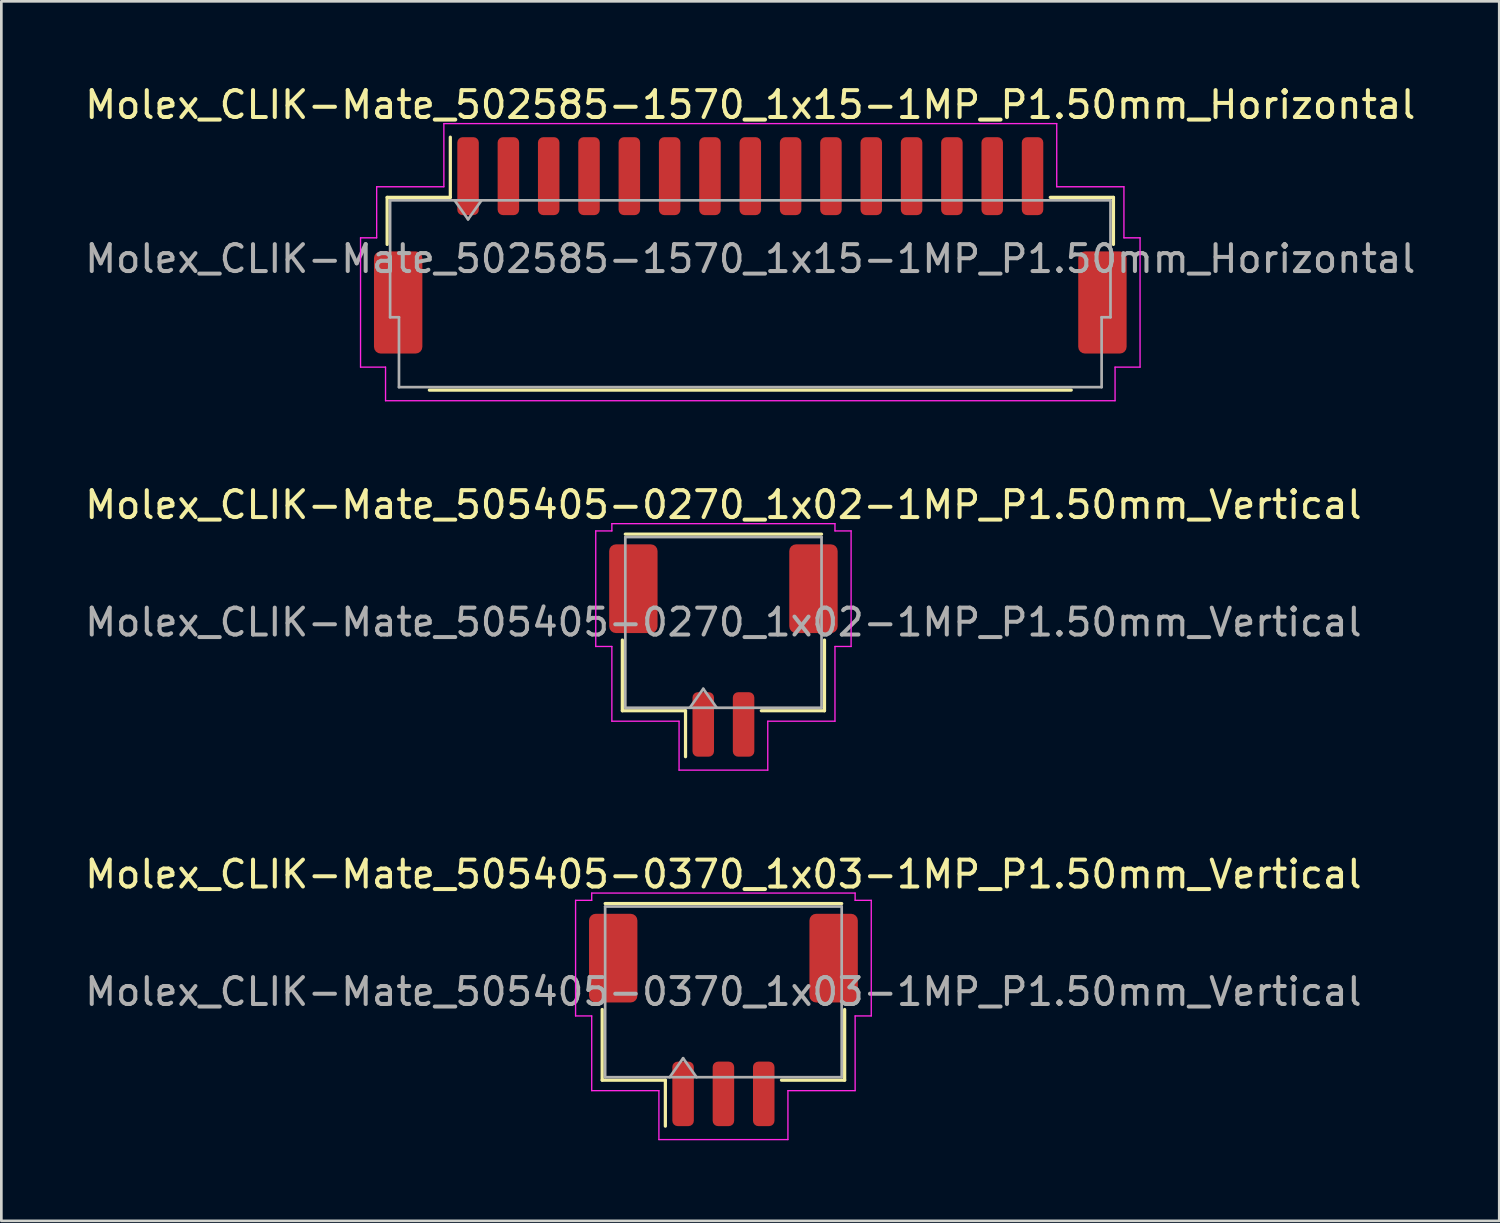
<source format=kicad_pcb>
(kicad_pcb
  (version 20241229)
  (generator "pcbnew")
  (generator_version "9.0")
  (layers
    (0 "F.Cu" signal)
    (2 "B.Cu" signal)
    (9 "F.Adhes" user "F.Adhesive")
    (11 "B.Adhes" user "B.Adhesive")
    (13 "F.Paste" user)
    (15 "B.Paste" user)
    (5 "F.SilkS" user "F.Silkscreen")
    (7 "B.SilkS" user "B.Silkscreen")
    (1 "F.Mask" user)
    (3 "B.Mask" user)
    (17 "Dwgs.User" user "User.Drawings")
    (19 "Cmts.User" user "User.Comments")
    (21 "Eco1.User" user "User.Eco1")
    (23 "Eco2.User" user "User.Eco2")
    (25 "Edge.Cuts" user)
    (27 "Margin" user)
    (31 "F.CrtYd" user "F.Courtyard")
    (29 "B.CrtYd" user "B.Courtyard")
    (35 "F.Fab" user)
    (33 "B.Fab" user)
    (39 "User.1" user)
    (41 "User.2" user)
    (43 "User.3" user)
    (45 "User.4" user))
  (footprint "Molex_CLIK-Mate_505405-0370_1x03-1MP_P1.50mm_Vertical"
    (layer "F.Cu")
    (at 23.863 34.895)
    (property "Reference" "Molex_CLIK-Mate_505405-0370_1x03-1MP_P1.50mm_Vertical" (at 0 -5.42 0) (layer "F.SilkS") (effects (font (size 1 1) (thickness 0.15))))
    (attr smd)
    (fp_line (start -4.51 -0.39) (end -4.51 2.24) (stroke (width 0.12) (type solid)) (layer "F.SilkS"))
    (fp_line (start -4.51 2.24) (end -2.16 2.24) (stroke (width 0.12) (type solid)) (layer "F.SilkS"))
    (fp_line (start -4.4 -4.33) (end 4.4 -4.33) (stroke (width 0.12) (type solid)) (layer "F.SilkS"))
    (fp_line (start -2.16 2.24) (end -2.16 3.95) (stroke (width 0.12) (type solid)) (layer "F.SilkS"))
    (fp_line (start 4.51 -0.39) (end 4.51 2.24) (stroke (width 0.12) (type solid)) (layer "F.SilkS"))
    (fp_line (start 4.51 2.24) (end 2.16 2.24) (stroke (width 0.12) (type solid)) (layer "F.SilkS"))
    (fp_line (start -5.5 -4.45) (end -4.9 -4.45) (stroke (width 0.05) (type solid)) (layer "F.CrtYd"))
    (fp_line (start -5.5 -0.15) (end -5.5 -4.45) (stroke (width 0.05) (type solid)) (layer "F.CrtYd"))
    (fp_line (start -4.9 -4.72) (end 4.9 -4.72) (stroke (width 0.05) (type solid)) (layer "F.CrtYd"))
    (fp_line (start -4.9 -4.45) (end -4.9 -4.72) (stroke (width 0.05) (type solid)) (layer "F.CrtYd"))
    (fp_line (start -4.9 -0.15) (end -5.5 -0.15) (stroke (width 0.05) (type solid)) (layer "F.CrtYd"))
    (fp_line (start -4.9 2.63) (end -4.9 -0.15) (stroke (width 0.05) (type solid)) (layer "F.CrtYd"))
    (fp_line (start -2.4 2.63) (end -4.9 2.63) (stroke (width 0.05) (type solid)) (layer "F.CrtYd"))
    (fp_line (start -2.4 4.45) (end -2.4 2.63) (stroke (width 0.05) (type solid)) (layer "F.CrtYd"))
    (fp_line (start 2.4 2.63) (end 2.4 4.45) (stroke (width 0.05) (type solid)) (layer "F.CrtYd"))
    (fp_line (start 2.4 4.45) (end -2.4 4.45) (stroke (width 0.05) (type solid)) (layer "F.CrtYd"))
    (fp_line (start 4.9 -4.72) (end 4.9 -4.45) (stroke (width 0.05) (type solid)) (layer "F.CrtYd"))
    (fp_line (start 4.9 -4.45) (end 5.5 -4.45) (stroke (width 0.05) (type solid)) (layer "F.CrtYd"))
    (fp_line (start 4.9 -0.15) (end 4.9 2.63) (stroke (width 0.05) (type solid)) (layer "F.CrtYd"))
    (fp_line (start 4.9 2.63) (end 2.4 2.63) (stroke (width 0.05) (type solid)) (layer "F.CrtYd"))
    (fp_line (start 5.5 -4.45) (end 5.5 -0.15) (stroke (width 0.05) (type solid)) (layer "F.CrtYd"))
    (fp_line (start 5.5 -0.15) (end 4.9 -0.15) (stroke (width 0.05) (type solid)) (layer "F.CrtYd"))
    (fp_line (start -4.4 -4.22) (end 4.4 -4.22) (stroke (width 0.1) (type solid)) (layer "F.Fab"))
    (fp_line (start -4.4 2.13) (end -4.4 -4.22) (stroke (width 0.1) (type solid)) (layer "F.Fab"))
    (fp_line (start -4.4 2.13) (end 4.4 2.13) (stroke (width 0.1) (type solid)) (layer "F.Fab"))
    (fp_line (start -2 2.13) (end -1.5 1.423) (stroke (width 0.1) (type solid)) (layer "F.Fab"))
    (fp_line (start -1.5 1.423) (end -1 2.13) (stroke (width 0.1) (type solid)) (layer "F.Fab"))
    (fp_line (start 4.4 2.13) (end 4.4 -4.22) (stroke (width 0.1) (type solid)) (layer "F.Fab"))
    (fp_text user "${REFERENCE}" (at 0 -1.05 0) (layer "F.Fab") (effects (font (size 1 1) (thickness 0.15))))
    (pad "1" smd roundrect (at -1.5 2.75) (size 0.8 2.4) (layers "F.Cu" "F.Mask" "F.Paste") (roundrect_rratio 0.25))
    (pad "2" smd roundrect (at 0 2.75) (size 0.8 2.4) (layers "F.Cu" "F.Mask" "F.Paste") (roundrect_rratio 0.25))
    (pad "3" smd roundrect (at 1.5 2.75) (size 0.8 2.4) (layers "F.Cu" "F.Mask" "F.Paste") (roundrect_rratio 0.25))
    (pad "MP" smd roundrect (at -4.1 -2.3) (size 1.8 3.3) (layers "F.Cu" "F.Mask" "F.Paste") (roundrect_rratio 0.139))
    (pad "MP" smd roundrect (at 4.1 -2.3) (size 1.8 3.3) (layers "F.Cu" "F.Mask" "F.Paste") (roundrect_rratio 0.139)))
  (footprint "Molex_CLIK-Mate_502585-1570_1x15-1MP_P1.50mm_Horizontal"
    (layer "F.Cu")
    (at 24.863 6.078)
    (property "Reference" "Molex_CLIK-Mate_502585-1570_1x15-1MP_P1.50mm_Horizontal" (at 0 -5.23 0) (layer "F.SilkS") (effects (font (size 1 1) (thickness 0.15))))
    (attr smd)
    (fp_line (start -13.51 -1.785) (end -11.16 -1.785) (stroke (width 0.12) (type solid)) (layer "F.SilkS"))
    (fp_line (start -13.51 -0.035) (end -13.51 -1.785) (stroke (width 0.12) (type solid)) (layer "F.SilkS"))
    (fp_line (start -11.94 5.385) (end 11.94 5.385) (stroke (width 0.12) (type solid)) (layer "F.SilkS"))
    (fp_line (start -11.16 -1.785) (end -11.16 -4.025) (stroke (width 0.12) (type solid)) (layer "F.SilkS"))
    (fp_line (start 13.51 -1.785) (end 11.16 -1.785) (stroke (width 0.12) (type solid)) (layer "F.SilkS"))
    (fp_line (start 13.51 -0.035) (end 13.51 -1.785) (stroke (width 0.12) (type solid)) (layer "F.SilkS"))
    (fp_line (start -14.5 -0.28) (end -13.9 -0.28) (stroke (width 0.05) (type solid)) (layer "F.CrtYd"))
    (fp_line (start -14.5 4.53) (end -14.5 -0.28) (stroke (width 0.05) (type solid)) (layer "F.CrtYd"))
    (fp_line (start -13.9 -2.18) (end -11.4 -2.18) (stroke (width 0.05) (type solid)) (layer "F.CrtYd"))
    (fp_line (start -13.9 -0.28) (end -13.9 -2.18) (stroke (width 0.05) (type solid)) (layer "F.CrtYd"))
    (fp_line (start -13.57 4.53) (end -14.5 4.53) (stroke (width 0.05) (type solid)) (layer "F.CrtYd"))
    (fp_line (start -13.57 5.78) (end -13.57 4.53) (stroke (width 0.05) (type solid)) (layer "F.CrtYd"))
    (fp_line (start -11.4 -4.53) (end 11.4 -4.53) (stroke (width 0.05) (type solid)) (layer "F.CrtYd"))
    (fp_line (start -11.4 -2.18) (end -11.4 -4.53) (stroke (width 0.05) (type solid)) (layer "F.CrtYd"))
    (fp_line (start 11.4 -4.53) (end 11.4 -2.18) (stroke (width 0.05) (type solid)) (layer "F.CrtYd"))
    (fp_line (start 11.4 -2.18) (end 13.9 -2.18) (stroke (width 0.05) (type solid)) (layer "F.CrtYd"))
    (fp_line (start 13.57 4.53) (end 13.57 5.78) (stroke (width 0.05) (type solid)) (layer "F.CrtYd"))
    (fp_line (start 13.57 5.78) (end -13.57 5.78) (stroke (width 0.05) (type solid)) (layer "F.CrtYd"))
    (fp_line (start 13.9 -2.18) (end 13.9 -0.28) (stroke (width 0.05) (type solid)) (layer "F.CrtYd"))
    (fp_line (start 13.9 -0.28) (end 14.5 -0.28) (stroke (width 0.05) (type solid)) (layer "F.CrtYd"))
    (fp_line (start 14.5 -0.28) (end 14.5 4.53) (stroke (width 0.05) (type solid)) (layer "F.CrtYd"))
    (fp_line (start 14.5 4.53) (end 13.57 4.53) (stroke (width 0.05) (type solid)) (layer "F.CrtYd"))
    (fp_line (start -13.4 -1.675) (end -13.4 2.675) (stroke (width 0.1) (type solid)) (layer "F.Fab"))
    (fp_line (start -13.4 -1.675) (end 13.4 -1.675) (stroke (width 0.1) (type solid)) (layer "F.Fab"))
    (fp_line (start -13.4 2.675) (end -13.07 2.675) (stroke (width 0.1) (type solid)) (layer "F.Fab"))
    (fp_line (start -13.07 2.675) (end -13.07 5.275) (stroke (width 0.1) (type solid)) (layer "F.Fab"))
    (fp_line (start -13.07 5.275) (end 13.07 5.275) (stroke (width 0.1) (type solid)) (layer "F.Fab"))
    (fp_line (start -11 -1.675) (end -10.5 -0.968) (stroke (width 0.1) (type solid)) (layer "F.Fab"))
    (fp_line (start -10.5 -0.968) (end -10 -1.675) (stroke (width 0.1) (type solid)) (layer "F.Fab"))
    (fp_line (start 13.07 2.675) (end 13.4 2.675) (stroke (width 0.1) (type solid)) (layer "F.Fab"))
    (fp_line (start 13.07 5.275) (end 13.07 2.675) (stroke (width 0.1) (type solid)) (layer "F.Fab"))
    (fp_line (start 13.4 -1.675) (end 13.4 2.675) (stroke (width 0.1) (type solid)) (layer "F.Fab"))
    (fp_text user "${REFERENCE}" (at 0 0.5 0) (layer "F.Fab") (effects (font (size 1 1) (thickness 0.15))))
    (pad "1" smd roundrect (at -10.5 -2.575) (size 0.8 2.9) (layers "F.Cu" "F.Mask" "F.Paste") (roundrect_rratio 0.25))
    (pad "2" smd roundrect (at -9 -2.575) (size 0.8 2.9) (layers "F.Cu" "F.Mask" "F.Paste") (roundrect_rratio 0.25))
    (pad "3" smd roundrect (at -7.5 -2.575) (size 0.8 2.9) (layers "F.Cu" "F.Mask" "F.Paste") (roundrect_rratio 0.25))
    (pad "4" smd roundrect (at -6 -2.575) (size 0.8 2.9) (layers "F.Cu" "F.Mask" "F.Paste") (roundrect_rratio 0.25))
    (pad "5" smd roundrect (at -4.5 -2.575) (size 0.8 2.9) (layers "F.Cu" "F.Mask" "F.Paste") (roundrect_rratio 0.25))
    (pad "6" smd roundrect (at -3 -2.575) (size 0.8 2.9) (layers "F.Cu" "F.Mask" "F.Paste") (roundrect_rratio 0.25))
    (pad "7" smd roundrect (at -1.5 -2.575) (size 0.8 2.9) (layers "F.Cu" "F.Mask" "F.Paste") (roundrect_rratio 0.25))
    (pad "8" smd roundrect (at 0 -2.575) (size 0.8 2.9) (layers "F.Cu" "F.Mask" "F.Paste") (roundrect_rratio 0.25))
    (pad "9" smd roundrect (at 1.5 -2.575) (size 0.8 2.9) (layers "F.Cu" "F.Mask" "F.Paste") (roundrect_rratio 0.25))
    (pad "10" smd roundrect (at 3 -2.575) (size 0.8 2.9) (layers "F.Cu" "F.Mask" "F.Paste") (roundrect_rratio 0.25))
    (pad "11" smd roundrect (at 4.5 -2.575) (size 0.8 2.9) (layers "F.Cu" "F.Mask" "F.Paste") (roundrect_rratio 0.25))
    (pad "12" smd roundrect (at 6 -2.575) (size 0.8 2.9) (layers "F.Cu" "F.Mask" "F.Paste") (roundrect_rratio 0.25))
    (pad "13" smd roundrect (at 7.5 -2.575) (size 0.8 2.9) (layers "F.Cu" "F.Mask" "F.Paste") (roundrect_rratio 0.25))
    (pad "14" smd roundrect (at 9 -2.575) (size 0.8 2.9) (layers "F.Cu" "F.Mask" "F.Paste") (roundrect_rratio 0.25))
    (pad "15" smd roundrect (at 10.5 -2.575) (size 0.8 2.9) (layers "F.Cu" "F.Mask" "F.Paste") (roundrect_rratio 0.25))
    (pad "MP" smd roundrect (at -13.1 2.125) (size 1.8 3.8) (layers "F.Cu" "F.Mask" "F.Paste") (roundrect_rratio 0.139))
    (pad "MP" smd roundrect (at 13.1 2.125) (size 1.8 3.8) (layers "F.Cu" "F.Mask" "F.Paste") (roundrect_rratio 0.139)))
  (footprint "Molex_CLIK-Mate_505405-0270_1x02-1MP_P1.50mm_Vertical"
    (layer "F.Cu")
    (at 23.863 21.151)
    (property "Reference" "Molex_CLIK-Mate_505405-0270_1x02-1MP_P1.50mm_Vertical" (at 0 -5.42 0) (layer "F.SilkS") (effects (font (size 1 1) (thickness 0.15))))
    (attr smd)
    (fp_line (start -3.76 -0.39) (end -3.76 2.24) (stroke (width 0.12) (type solid)) (layer "F.SilkS"))
    (fp_line (start -3.76 2.24) (end -1.41 2.24) (stroke (width 0.12) (type solid)) (layer "F.SilkS"))
    (fp_line (start -3.65 -4.33) (end 3.65 -4.33) (stroke (width 0.12) (type solid)) (layer "F.SilkS"))
    (fp_line (start -1.41 2.24) (end -1.41 3.95) (stroke (width 0.12) (type solid)) (layer "F.SilkS"))
    (fp_line (start 3.76 -0.39) (end 3.76 2.24) (stroke (width 0.12) (type solid)) (layer "F.SilkS"))
    (fp_line (start 3.76 2.24) (end 1.41 2.24) (stroke (width 0.12) (type solid)) (layer "F.SilkS"))
    (fp_line (start -4.75 -4.45) (end -4.15 -4.45) (stroke (width 0.05) (type solid)) (layer "F.CrtYd"))
    (fp_line (start -4.75 -0.15) (end -4.75 -4.45) (stroke (width 0.05) (type solid)) (layer "F.CrtYd"))
    (fp_line (start -4.15 -4.72) (end 4.15 -4.72) (stroke (width 0.05) (type solid)) (layer "F.CrtYd"))
    (fp_line (start -4.15 -4.45) (end -4.15 -4.72) (stroke (width 0.05) (type solid)) (layer "F.CrtYd"))
    (fp_line (start -4.15 -0.15) (end -4.75 -0.15) (stroke (width 0.05) (type solid)) (layer "F.CrtYd"))
    (fp_line (start -4.15 2.63) (end -4.15 -0.15) (stroke (width 0.05) (type solid)) (layer "F.CrtYd"))
    (fp_line (start -1.65 2.63) (end -4.15 2.63) (stroke (width 0.05) (type solid)) (layer "F.CrtYd"))
    (fp_line (start -1.65 4.45) (end -1.65 2.63) (stroke (width 0.05) (type solid)) (layer "F.CrtYd"))
    (fp_line (start 1.65 2.63) (end 1.65 4.45) (stroke (width 0.05) (type solid)) (layer "F.CrtYd"))
    (fp_line (start 1.65 4.45) (end -1.65 4.45) (stroke (width 0.05) (type solid)) (layer "F.CrtYd"))
    (fp_line (start 4.15 -4.72) (end 4.15 -4.45) (stroke (width 0.05) (type solid)) (layer "F.CrtYd"))
    (fp_line (start 4.15 -4.45) (end 4.75 -4.45) (stroke (width 0.05) (type solid)) (layer "F.CrtYd"))
    (fp_line (start 4.15 -0.15) (end 4.15 2.63) (stroke (width 0.05) (type solid)) (layer "F.CrtYd"))
    (fp_line (start 4.15 2.63) (end 1.65 2.63) (stroke (width 0.05) (type solid)) (layer "F.CrtYd"))
    (fp_line (start 4.75 -4.45) (end 4.75 -0.15) (stroke (width 0.05) (type solid)) (layer "F.CrtYd"))
    (fp_line (start 4.75 -0.15) (end 4.15 -0.15) (stroke (width 0.05) (type solid)) (layer "F.CrtYd"))
    (fp_line (start -3.65 -4.22) (end 3.65 -4.22) (stroke (width 0.1) (type solid)) (layer "F.Fab"))
    (fp_line (start -3.65 2.13) (end -3.65 -4.22) (stroke (width 0.1) (type solid)) (layer "F.Fab"))
    (fp_line (start -3.65 2.13) (end 3.65 2.13) (stroke (width 0.1) (type solid)) (layer "F.Fab"))
    (fp_line (start -1.25 2.13) (end -0.75 1.423) (stroke (width 0.1) (type solid)) (layer "F.Fab"))
    (fp_line (start -0.75 1.423) (end -0.25 2.13) (stroke (width 0.1) (type solid)) (layer "F.Fab"))
    (fp_line (start 3.65 2.13) (end 3.65 -4.22) (stroke (width 0.1) (type solid)) (layer "F.Fab"))
    (fp_text user "${REFERENCE}" (at 0 -1.05 0) (layer "F.Fab") (effects (font (size 1 1) (thickness 0.15))))
    (pad "1" smd roundrect (at -0.75 2.75) (size 0.8 2.4) (layers "F.Cu" "F.Mask" "F.Paste") (roundrect_rratio 0.25))
    (pad "2" smd roundrect (at 0.75 2.75) (size 0.8 2.4) (layers "F.Cu" "F.Mask" "F.Paste") (roundrect_rratio 0.25))
    (pad "MP" smd roundrect (at -3.35 -2.3) (size 1.8 3.3) (layers "F.Cu" "F.Mask" "F.Paste") (roundrect_rratio 0.139))
    (pad "MP" smd roundrect (at 3.35 -2.3) (size 1.8 3.3) (layers "F.Cu" "F.Mask" "F.Paste") (roundrect_rratio 0.139)))
  (gr_rect
    (start -3 -3)
    (end 52.726 42.37)
    (stroke (width 0.1) (type default))
    (fill no)
    (layer "Edge.Cuts")))
</source>
